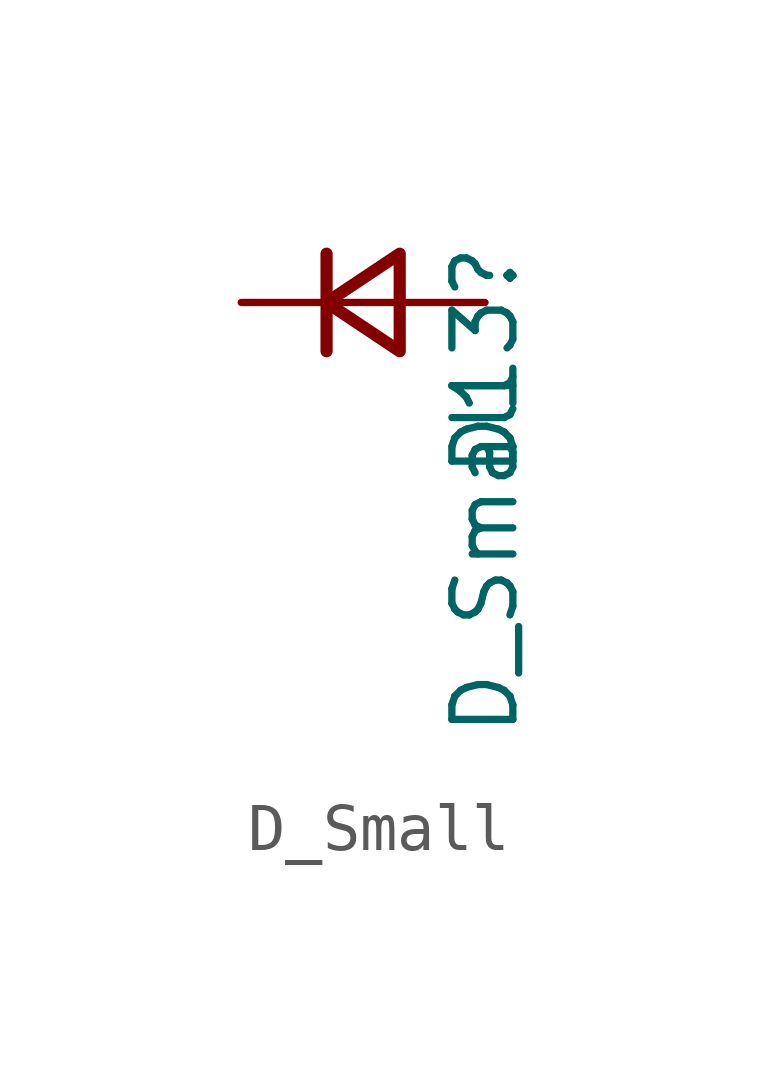
<source format=kicad_sym>
(kicad_symbol_lib
  (version 20220914)
  (generator kicad_symbol_editor)
  (symbol "D_Small"
    (pin_numbers hide)
    (pin_names
      (offset 0.254) hide)
    (property "Reference" "D13"
      (at 2.54 1.27 90)
      (effects (font (size 1.27 1.27)) (justify right)))
    (property "Value" "D_Small"
      (at 2.54 -1.27 90)
      (effects (font (size 1.27 1.27)) (justify right)))
    (symbol "D_Small_0_1"
      (polyline (pts (xy -0.762 -1.016) (xy -0.762 1.016)) (stroke (width 0.254) (type default)) (fill (type none)))
      (polyline (pts (xy -0.762 0) (xy 0.762 0)) (stroke (width 0) (type default)) (fill (type none)))
      (polyline (pts (xy 0.762 -1.016) (xy -0.762 0) (xy 0.762 1.016) (xy 0.762 -1.016)) (stroke (width 0.254) (type default)) (fill (type none))))
    (symbol "D_Small_1_1"
      (pin passive line (at -2.54 0 0) (length 1.778) (name "K" (effects (font (size 1.27 1.27)))) (number "1" (effects (font (size 1.27 1.27)))))
      (pin passive line (at 2.54 0 180) (length 1.778) (name "A" (effects (font (size 1.27 1.27)))) (number "2" (effects (font (size 1.27 1.27))))))))
</source>
